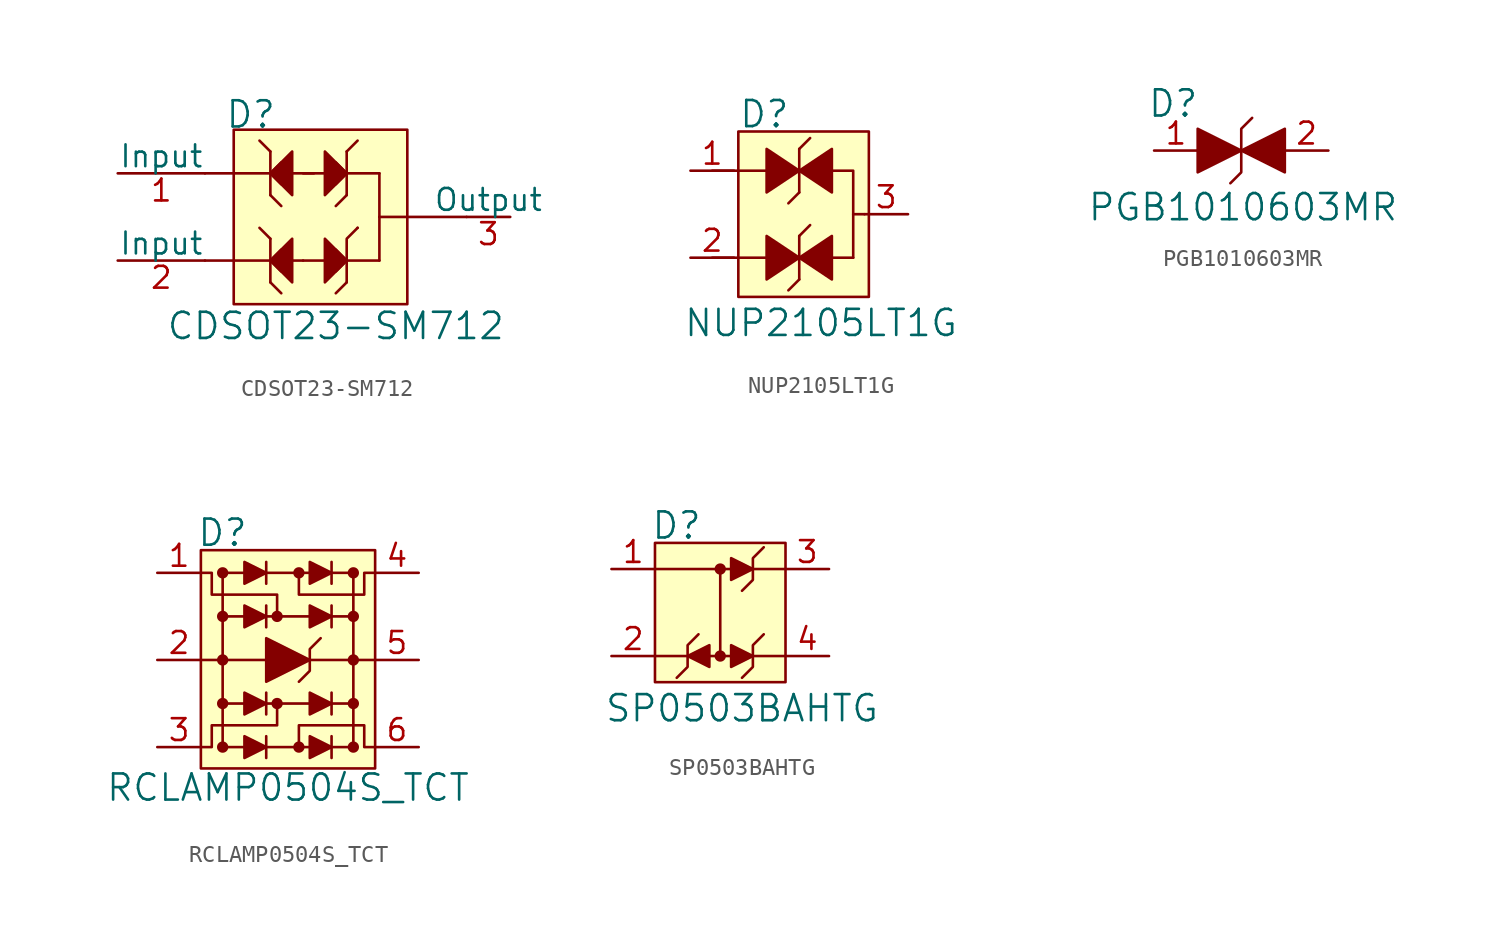
<source format=kicad_sym>
(kicad_symbol_lib
  (version 20220914)
  (generator kicad_symbol_editor)
  (symbol "CDSOT23-SM712"
    (pin_names
      (offset 0))
    (property "Reference" "D"
      (at -4.953 5.969 0)
      (effects (font (size 1.524 1.524))))
    (property "Value" "CDSOT23-SM712"
      (at 0 -6.35 0)
      (effects (font (size 1.524 1.524))))
    (symbol "CDSOT23-SM712_0_1"
      (rectangle (start -5.944 5.08) (end 4.166 -5.08) (stroke (width 0) (type solid)) (fill (type background)))
      (polyline (pts (xy -3.81 -3.81) (xy -3.175 -4.445)) (stroke (width 0) (type solid)) (fill (type none)))
      (polyline (pts (xy -3.81 -1.27) (xy -4.445 -0.635)) (stroke (width 0) (type solid)) (fill (type none)))
      (polyline (pts (xy -3.81 -1.27) (xy -3.81 -3.81)) (stroke (width 0) (type solid)) (fill (type none)))
      (polyline (pts (xy -3.81 1.27) (xy -3.175 0.635)) (stroke (width 0) (type solid)) (fill (type none)))
      (polyline (pts (xy -3.81 3.81) (xy -4.445 4.445)) (stroke (width 0) (type solid)) (fill (type none)))
      (polyline (pts (xy -3.81 3.81) (xy -3.81 1.27)) (stroke (width 0) (type solid)) (fill (type none)))
      (polyline (pts (xy -2.54 -2.54) (xy -7.62 -2.54)) (stroke (width 0) (type solid)) (fill (type none)))
      (polyline (pts (xy -2.54 2.54) (xy -7.62 2.54)) (stroke (width 0) (type solid)) (fill (type none)))
      (polyline (pts (xy -1.905 -2.54) (xy -2.54 -2.54)) (stroke (width 0) (type solid)) (fill (type none)))
      (polyline (pts (xy -1.905 -2.54) (xy 0 -2.54)) (stroke (width 0) (type solid)) (fill (type none)))
      (polyline (pts (xy -1.905 2.54) (xy 0 2.54)) (stroke (width 0) (type solid)) (fill (type none)))
      (polyline (pts (xy -1.27 2.54) (xy -2.54 2.54)) (stroke (width 0) (type solid)) (fill (type none)))
      (polyline (pts (xy 0 -2.54) (xy 2.54 -2.54)) (stroke (width 0) (type solid)) (fill (type none)))
      (polyline (pts (xy 0.635 -3.81) (xy 0 -4.445)) (stroke (width 0) (type solid)) (fill (type none)))
      (polyline (pts (xy 0.635 1.27) (xy 0 0.635)) (stroke (width 0) (type solid)) (fill (type none)))
      (polyline (pts (xy 0.635 1.27) (xy 0.635 3.81)) (stroke (width 0) (type solid)) (fill (type none)))
      (polyline (pts (xy 0.635 3.81) (xy 1.27 4.445)) (stroke (width 0) (type solid)) (fill (type none)))
      (polyline (pts (xy 1.27 -0.635) (xy 1.27 -0.635)) (stroke (width 0) (type solid)) (fill (type none)))
      (polyline (pts (xy 2.54 0) (xy 2.54 -2.54)) (stroke (width 0) (type solid)) (fill (type none)))
      (polyline (pts (xy 2.54 0) (xy 2.54 2.54)) (stroke (width 0) (type solid)) (fill (type none)))
      (polyline (pts (xy 2.54 2.54) (xy 0 2.54)) (stroke (width 0) (type solid)) (fill (type none)))
      (polyline (pts (xy 7.62 0) (xy 2.54 0)) (stroke (width 0) (type solid)) (fill (type none)))
      (polyline (pts (xy 0.635 -3.81) (xy 0.635 -1.27) (xy 1.27 -0.635)) (stroke (width 0) (type solid)) (fill (type none)))
      (polyline (pts (xy -3.81 -2.54) (xy -3.175 -1.905) (xy -3.175 -3.175) (xy -3.81 -2.54)) (stroke (width 0) (type solid)) (fill (type outline)))
      (polyline (pts (xy -3.81 -2.54) (xy -2.54 -1.27) (xy -2.54 -3.81) (xy -3.81 -2.54)) (stroke (width 0) (type solid)) (fill (type outline)))
      (polyline (pts (xy -3.81 2.54) (xy -3.175 3.175) (xy -3.175 1.905) (xy -3.81 2.54)) (stroke (width 0) (type solid)) (fill (type outline)))
      (polyline (pts (xy -3.81 2.54) (xy -2.54 3.81) (xy -2.54 1.27) (xy -3.81 2.54)) (stroke (width 0) (type solid)) (fill (type outline)))
      (polyline (pts (xy 0 3.175) (xy 0 1.905) (xy 0.635 2.54) (xy 0 3.175)) (stroke (width 0) (type solid)) (fill (type outline)))
      (polyline (pts (xy 0.635 -2.54) (xy -0.635 -1.27) (xy -0.635 -3.81) (xy 0.635 -2.54)) (stroke (width 0) (type solid)) (fill (type outline)))
      (polyline (pts (xy 0.635 2.54) (xy -0.635 3.81) (xy -0.635 1.27) (xy 0.635 2.54)) (stroke (width 0) (type solid)) (fill (type outline)))
      (polyline (pts (xy 0 -2.54) (xy 0 -1.905) (xy 0.635 -2.54) (xy 0 -3.175) (xy 0 -2.54)) (stroke (width 0) (type solid)) (fill (type outline))))
    (symbol "CDSOT23-SM712_1_1"
      (pin input line (at -12.7 2.54 0) (length 5.08) (name "Input" (effects (font (size 1.27 1.27)))) (number "1" (effects (font (size 1.27 1.27)))))
      (pin input line (at -12.7 -2.54 0) (length 5.08) (name "Input" (effects (font (size 1.27 1.27)))) (number "2" (effects (font (size 1.27 1.27)))))
      (pin output line (at 10.16 0 180) (length 2.54) (name "Output" (effects (font (size 1.27 1.27)))) (number "3" (effects (font (size 1.27 1.27)))))))
  (symbol "NUP2105LT1G"
    (pin_names
      (offset 1.016))
    (property "Reference" "D"
      (at -4.826 5.842 0)
      (effects (font (size 1.524 1.524)) (justify left)))
    (property "Value" "NUP2105LT1G"
      (at 0 -6.35 0)
      (effects (font (size 1.524 1.524))))
    (symbol "NUP2105LT1G_0_1"
      (polyline (pts (xy -6.35 -2.54) (xy -3.175 -2.54)) (stroke (width 0) (type solid)) (fill (type none)))
      (polyline (pts (xy -3.175 2.54) (xy -6.35 2.54)) (stroke (width 0) (type solid)) (fill (type none)))
      (polyline (pts (xy -1.27 -3.81) (xy -1.905 -4.445)) (stroke (width 0) (type solid)) (fill (type none)))
      (polyline (pts (xy -1.27 -1.27) (xy -1.27 -3.81)) (stroke (width 0) (type solid)) (fill (type none)))
      (polyline (pts (xy -1.27 -1.27) (xy -0.635 -0.635)) (stroke (width 0) (type solid)) (fill (type none)))
      (polyline (pts (xy -1.27 1.27) (xy -1.905 0.635)) (stroke (width 0) (type solid)) (fill (type none)))
      (polyline (pts (xy -1.27 3.81) (xy -1.27 1.27)) (stroke (width 0) (type solid)) (fill (type none)))
      (polyline (pts (xy -1.27 3.81) (xy -0.635 4.445)) (stroke (width 0) (type solid)) (fill (type none)))
      (polyline (pts (xy -3.175 -1.27) (xy -3.175 -3.81) (xy -1.27 -2.54) (xy -3.175 -1.27)) (stroke (width 0) (type solid)) (fill (type outline)))
      (polyline (pts (xy -3.175 3.81) (xy -3.175 1.27) (xy -1.27 2.54) (xy -3.175 3.81)) (stroke (width 0) (type solid)) (fill (type outline)))
      (polyline (pts (xy 0.635 -1.27) (xy 0.635 -3.81) (xy -1.27 -2.54) (xy 0.635 -1.27)) (stroke (width 0) (type solid)) (fill (type outline)))
      (polyline (pts (xy 0.635 3.81) (xy 0.635 1.27) (xy -1.27 2.54) (xy 0.635 3.81)) (stroke (width 0) (type solid)) (fill (type outline))))
    (symbol "NUP2105LT1G_1_1"
      (rectangle (start -4.826 4.826) (end 2.794 -4.826) (stroke (width 0) (type solid)) (fill (type background)))
      (polyline (pts (xy 1.88 -2.54) (xy 0.406 -2.54)) (stroke (width 0) (type solid)) (fill (type none)))
      (polyline (pts (xy 2.54 0) (xy 1.88 0)) (stroke (width 0) (type solid)) (fill (type none)))
      (polyline (pts (xy -1.27 2.54) (xy 1.88 2.54) (xy 1.88 -2.54)) (stroke (width 0) (type solid)) (fill (type none)))
      (pin passive line (at -7.62 2.54 0) (length 2.54) (name "~" (effects (font (size 1.27 1.27)))) (number "1" (effects (font (size 1.27 1.27)))))
      (pin passive line (at -7.62 -2.54 0) (length 2.54) (name "~" (effects (font (size 1.27 1.27)))) (number "2" (effects (font (size 1.27 1.27)))))
      (pin passive line (at 5.08 0 180) (length 2.54) (name "~" (effects (font (size 1.27 1.27)))) (number "3" (effects (font (size 1.27 1.27)))))))
  (symbol "PGB1010603MR"
    (pin_names
      (offset 1.016))
    (property "Reference" "D"
      (at -5.486 2.743 0)
      (effects (font (size 1.524 1.524)) (justify left)))
    (property "Value" "PGB1010603MR"
      (at 0.102 -3.302 0)
      (effects (font (size 1.524 1.524))))
    (symbol "PGB1010603MR_0_1"
      (polyline (pts (xy 0 0) (xy 0 -1.27) (xy -0.635 -1.905)) (stroke (width 0) (type solid)) (fill (type none)))
      (polyline (pts (xy 0 0) (xy 0 1.27) (xy 0.635 1.905)) (stroke (width 0) (type solid)) (fill (type none)))
      (polyline (pts (xy -2.54 1.27) (xy -2.54 -1.27) (xy 0 0) (xy -2.54 1.27)) (stroke (width 0) (type solid)) (fill (type outline)))
      (polyline (pts (xy 2.54 1.27) (xy 2.54 -1.27) (xy 0 0) (xy 2.54 1.27)) (stroke (width 0) (type solid)) (fill (type outline))))
    (symbol "PGB1010603MR_1_1"
      (pin passive line (at -5.08 0 0) (length 2.54) (name "~" (effects (font (size 1.27 1.27)))) (number "1" (effects (font (size 1.27 1.27)))))
      (pin passive line (at 5.08 0 180) (length 2.54) (name "~" (effects (font (size 1.27 1.27)))) (number "2" (effects (font (size 1.27 1.27)))))))
  (symbol "RCLAMP0504S_TCT"
    (pin_names
      (offset 1.016))
    (property "Reference" "D"
      (at -5.334 7.417 0)
      (effects (font (size 1.524 1.524)) (justify left)))
    (property "Value" "RCLAMP0504S_TCT"
      (at 0 -7.442 0)
      (effects (font (size 1.524 1.524))))
    (symbol "RCLAMP0504S_TCT_0_1"
      (rectangle (start -5.08 6.401) (end 5.08 -6.325) (stroke (width 0) (type solid)) (fill (type background)))
      (circle (center -3.81 -5.08) (radius 0.254) (stroke (width 0) (type solid)) (fill (type outline)))
      (circle (center -3.81 -2.54) (radius 0.254) (stroke (width 0) (type solid)) (fill (type outline)))
      (circle (center -3.81 0) (radius 0.254) (stroke (width 0) (type solid)) (fill (type outline)))
      (circle (center -3.81 2.54) (radius 0.254) (stroke (width 0) (type solid)) (fill (type outline)))
      (circle (center -3.81 5.08) (radius 0.254) (stroke (width 0) (type solid)) (fill (type outline)))
      (circle (center -0.635 -2.54) (radius 0.254) (stroke (width 0) (type solid)) (fill (type outline)))
      (circle (center -0.635 2.54) (radius 0.254) (stroke (width 0) (type solid)) (fill (type outline)))
      (polyline (pts (xy -1.27 -5.08) (xy 1.27 -5.08)) (stroke (width 0) (type solid)) (fill (type none)))
      (polyline (pts (xy -1.27 -4.445) (xy -1.27 -5.715)) (stroke (width 0) (type solid)) (fill (type none)))
      (polyline (pts (xy -1.27 -2.54) (xy 1.27 -2.54)) (stroke (width 0) (type solid)) (fill (type none)))
      (polyline (pts (xy -1.27 -1.905) (xy -1.27 -3.175)) (stroke (width 0) (type solid)) (fill (type none)))
      (polyline (pts (xy -1.27 0) (xy -5.08 0)) (stroke (width 0) (type solid)) (fill (type none)))
      (polyline (pts (xy -1.27 2.54) (xy 1.27 2.54)) (stroke (width 0) (type solid)) (fill (type none)))
      (polyline (pts (xy -1.27 3.175) (xy -1.27 1.905)) (stroke (width 0) (type solid)) (fill (type none)))
      (polyline (pts (xy -1.27 5.08) (xy 1.27 5.08)) (stroke (width 0) (type solid)) (fill (type none)))
      (polyline (pts (xy -1.27 5.715) (xy -1.27 4.445)) (stroke (width 0) (type solid)) (fill (type none)))
      (polyline (pts (xy 1.27 0) (xy 5.08 0)) (stroke (width 0) (type solid)) (fill (type none)))
      (polyline (pts (xy 2.54 -4.445) (xy 2.54 -5.715)) (stroke (width 0) (type solid)) (fill (type none)))
      (polyline (pts (xy 2.54 -1.905) (xy 2.54 -3.175)) (stroke (width 0) (type solid)) (fill (type none)))
      (polyline (pts (xy 2.54 3.175) (xy 2.54 1.905)) (stroke (width 0) (type solid)) (fill (type none)))
      (polyline (pts (xy 2.54 5.715) (xy 2.54 4.445)) (stroke (width 0) (type solid)) (fill (type none)))
      (polyline (pts (xy -3.81 -2.54) (xy -3.81 -5.08) (xy -2.54 -5.08)) (stroke (width 0) (type solid)) (fill (type none)))
      (polyline (pts (xy -3.81 2.54) (xy -3.81 -2.54) (xy -2.54 -2.54)) (stroke (width 0) (type solid)) (fill (type none)))
      (polyline (pts (xy 3.81 -2.54) (xy 3.81 -5.08) (xy 2.54 -5.08)) (stroke (width 0) (type solid)) (fill (type none)))
      (polyline (pts (xy 3.81 2.54) (xy 3.81 -2.54) (xy 2.54 -2.54)) (stroke (width 0) (type solid)) (fill (type none)))
      (polyline (pts (xy -2.54 -4.445) (xy -2.54 -5.715) (xy -1.27 -5.08) (xy -2.54 -4.445)) (stroke (width 0) (type solid)) (fill (type outline)))
      (polyline (pts (xy -2.54 -1.905) (xy -2.54 -3.175) (xy -1.27 -2.54) (xy -2.54 -1.905)) (stroke (width 0) (type solid)) (fill (type outline)))
      (polyline (pts (xy -2.54 3.175) (xy -2.54 1.905) (xy -1.27 2.54) (xy -2.54 3.175)) (stroke (width 0) (type solid)) (fill (type outline)))
      (polyline (pts (xy -2.54 5.08) (xy -3.81 5.08) (xy -3.81 2.54) (xy -2.54 2.54)) (stroke (width 0) (type solid)) (fill (type none)))
      (polyline (pts (xy -2.54 5.715) (xy -2.54 4.445) (xy -1.27 5.08) (xy -2.54 5.715)) (stroke (width 0) (type solid)) (fill (type outline)))
      (polyline (pts (xy -1.27 1.27) (xy -1.27 -1.27) (xy 1.27 0) (xy -1.27 1.27)) (stroke (width 0) (type solid)) (fill (type outline)))
      (polyline (pts (xy 1.27 -4.445) (xy 1.27 -5.715) (xy 2.54 -5.08) (xy 1.27 -4.445)) (stroke (width 0) (type solid)) (fill (type outline)))
      (polyline (pts (xy 1.27 -1.905) (xy 1.27 -3.175) (xy 2.54 -2.54) (xy 1.27 -1.905)) (stroke (width 0) (type solid)) (fill (type outline)))
      (polyline (pts (xy 1.27 3.175) (xy 1.27 1.905) (xy 2.54 2.54) (xy 1.27 3.175)) (stroke (width 0) (type solid)) (fill (type outline)))
      (polyline (pts (xy 1.27 5.715) (xy 1.27 4.445) (xy 2.54 5.08) (xy 1.27 5.715)) (stroke (width 0) (type solid)) (fill (type outline)))
      (polyline (pts (xy 1.905 1.27) (xy 1.27 0.635) (xy 1.27 -0.635) (xy 0.635 -1.27)) (stroke (width 0) (type solid)) (fill (type none)))
      (polyline (pts (xy 2.54 5.08) (xy 3.81 5.08) (xy 3.81 2.54) (xy 2.54 2.54)) (stroke (width 0) (type solid)) (fill (type none)))
      (polyline (pts (xy -5.08 5.08) (xy -4.445 5.08) (xy -4.445 3.81) (xy -0.635 3.81) (xy -0.635 2.54)) (stroke (width 0) (type solid)) (fill (type none)))
      (polyline (pts (xy -0.635 -2.54) (xy -0.635 -3.81) (xy -4.445 -3.81) (xy -4.445 -5.08) (xy -5.08 -5.08)) (stroke (width 0) (type solid)) (fill (type none)))
      (polyline (pts (xy 0.635 -5.08) (xy 0.635 -3.81) (xy 4.445 -3.81) (xy 4.445 -5.08) (xy 5.08 -5.08)) (stroke (width 0) (type solid)) (fill (type none)))
      (polyline (pts (xy 0.635 5.08) (xy 0.635 3.81) (xy 4.445 3.81) (xy 4.445 5.08) (xy 5.08 5.08)) (stroke (width 0) (type solid)) (fill (type none)))
      (circle (center 0.635 -5.08) (radius 0.254) (stroke (width 0) (type solid)) (fill (type outline)))
      (circle (center 0.635 5.08) (radius 0.254) (stroke (width 0) (type solid)) (fill (type outline)))
      (circle (center 3.81 -5.08) (radius 0.254) (stroke (width 0) (type solid)) (fill (type outline)))
      (circle (center 3.81 -2.54) (radius 0.254) (stroke (width 0) (type solid)) (fill (type outline)))
      (circle (center 3.81 0) (radius 0.254) (stroke (width 0) (type solid)) (fill (type outline)))
      (circle (center 3.81 2.54) (radius 0.254) (stroke (width 0) (type solid)) (fill (type outline)))
      (circle (center 3.81 5.08) (radius 0.254) (stroke (width 0) (type solid)) (fill (type outline))))
    (symbol "RCLAMP0504S_TCT_1_1"
      (pin input line (at -7.62 5.08 0) (length 2.54) (name "~" (effects (font (size 1.27 1.27)))) (number "1" (effects (font (size 1.27 1.27)))))
      (pin input line (at -7.62 0 0) (length 2.54) (name "~" (effects (font (size 1.27 1.27)))) (number "2" (effects (font (size 1.27 1.27)))))
      (pin input line (at -7.62 -5.08 0) (length 2.54) (name "~" (effects (font (size 1.27 1.27)))) (number "3" (effects (font (size 1.27 1.27)))))
      (pin output line (at 7.62 5.08 180) (length 2.54) (name "~" (effects (font (size 1.27 1.27)))) (number "4" (effects (font (size 1.27 1.27)))))
      (pin output line (at 7.62 0 180) (length 2.54) (name "~" (effects (font (size 1.27 1.27)))) (number "5" (effects (font (size 1.27 1.27)))))
      (pin output line (at 7.62 -5.08 180) (length 2.54) (name "~" (effects (font (size 1.27 1.27)))) (number "6" (effects (font (size 1.27 1.27)))))))
  (symbol "SP0503BAHTG"
    (pin_names
      (offset 1.016))
    (property "Reference" "D"
      (at -5.334 5.08 0)
      (effects (font (size 1.524 1.524)) (justify left)))
    (property "Value" "SP0503BAHTG"
      (at 0 -5.588 0)
      (effects (font (size 1.524 1.524))))
    (symbol "SP0503BAHTG_0_1"
      (circle (center -1.27 -2.54) (radius 0.254) (stroke (width 0) (type solid)) (fill (type outline)))
      (circle (center -1.27 2.54) (radius 0.254) (stroke (width 0) (type solid)) (fill (type outline)))
      (polyline (pts (xy -5.08 -2.54) (xy -3.175 -2.54)) (stroke (width 0) (type solid)) (fill (type none)))
      (polyline (pts (xy -1.27 -2.54) (xy -1.27 2.54)) (stroke (width 0) (type solid)) (fill (type none)))
      (polyline (pts (xy -0.635 -2.54) (xy -1.905 -2.54)) (stroke (width 0) (type solid)) (fill (type none)))
      (polyline (pts (xy -0.635 2.54) (xy -5.08 2.54)) (stroke (width 0) (type solid)) (fill (type none)))
      (polyline (pts (xy 0.635 -2.54) (xy 2.54 -2.54)) (stroke (width 0) (type solid)) (fill (type none)))
      (polyline (pts (xy 0.635 2.54) (xy 2.54 2.54)) (stroke (width 0) (type solid)) (fill (type none)))
      (polyline (pts (xy -3.175 -2.54) (xy -1.905 -1.905) (xy -1.905 -3.175) (xy -3.175 -2.54)) (stroke (width 0) (type solid)) (fill (type outline)))
      (polyline (pts (xy -2.54 -1.27) (xy -3.175 -1.905) (xy -3.175 -3.175) (xy -3.81 -3.81)) (stroke (width 0) (type solid)) (fill (type none)))
      (polyline (pts (xy -0.635 -1.905) (xy -0.635 -3.175) (xy 0.635 -2.54) (xy -0.635 -1.905)) (stroke (width 0) (type solid)) (fill (type outline)))
      (polyline (pts (xy -0.635 3.175) (xy -0.635 1.905) (xy 0.635 2.54) (xy -0.635 3.175)) (stroke (width 0) (type solid)) (fill (type outline)))
      (polyline (pts (xy 1.27 -1.27) (xy 0.635 -1.905) (xy 0.635 -3.175) (xy 0 -3.81)) (stroke (width 0) (type solid)) (fill (type none)))
      (polyline (pts (xy 1.27 3.81) (xy 0.635 3.175) (xy 0.635 1.905) (xy 0 1.27)) (stroke (width 0) (type solid)) (fill (type none)))
      (rectangle (start 2.54 4.064) (end -5.08 -4.064) (stroke (width 0) (type solid)) (fill (type background))))
    (symbol "SP0503BAHTG_1_1"
      (pin passive line (at -7.62 2.54 0) (length 2.54) (name "~" (effects (font (size 1.27 1.27)))) (number "1" (effects (font (size 1.27 1.27)))))
      (pin passive line (at -7.62 -2.54 0) (length 2.54) (name "~" (effects (font (size 1.27 1.27)))) (number "2" (effects (font (size 1.27 1.27)))))
      (pin passive line (at 5.08 2.54 180) (length 2.54) (name "~" (effects (font (size 1.27 1.27)))) (number "3" (effects (font (size 1.27 1.27)))))
      (pin passive line (at 5.08 -2.54 180) (length 2.54) (name "~" (effects (font (size 1.27 1.27)))) (number "4" (effects (font (size 1.27 1.27))))))))
</source>
